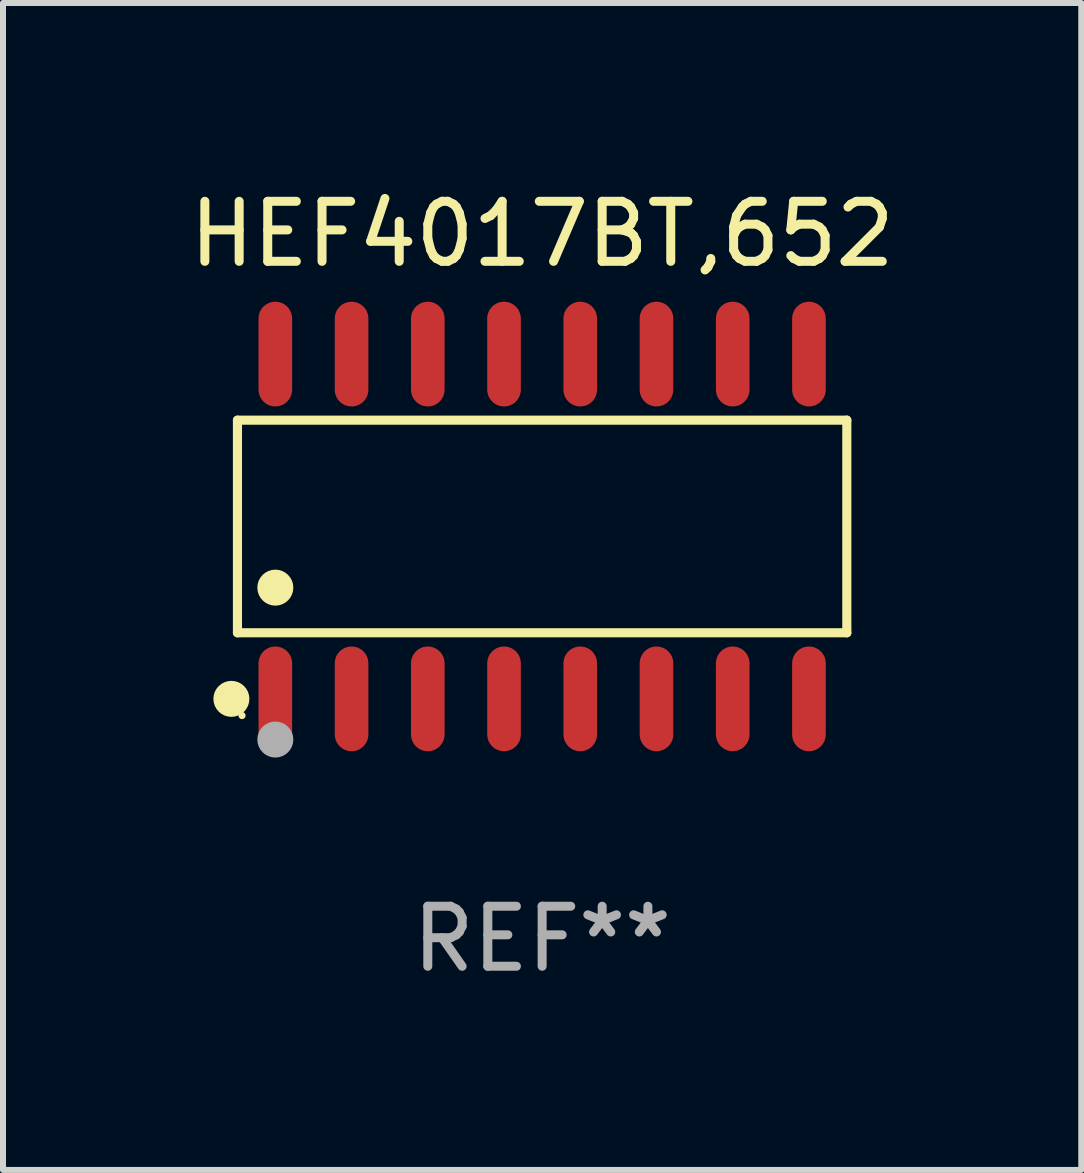
<source format=kicad_pcb>
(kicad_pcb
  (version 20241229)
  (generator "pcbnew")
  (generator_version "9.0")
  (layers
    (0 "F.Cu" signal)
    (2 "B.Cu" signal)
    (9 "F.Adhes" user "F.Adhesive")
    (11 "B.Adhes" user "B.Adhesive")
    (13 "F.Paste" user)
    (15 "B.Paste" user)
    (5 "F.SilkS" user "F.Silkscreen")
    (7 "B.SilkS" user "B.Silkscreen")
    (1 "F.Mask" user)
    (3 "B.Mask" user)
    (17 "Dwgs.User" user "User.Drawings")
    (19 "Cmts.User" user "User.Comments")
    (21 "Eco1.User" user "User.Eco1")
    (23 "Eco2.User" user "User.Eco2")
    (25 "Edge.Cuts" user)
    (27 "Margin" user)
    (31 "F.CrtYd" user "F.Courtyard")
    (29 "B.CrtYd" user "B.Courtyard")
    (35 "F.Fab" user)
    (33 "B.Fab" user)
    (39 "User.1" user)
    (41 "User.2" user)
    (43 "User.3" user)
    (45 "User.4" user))
  (footprint "HEF4017BT,652"
    (layer "F.Cu")
    (at 5.982 5.721)
    (property "Reference" "HEF4017BT,652" (at 0 -4.872 0) (layer "F.SilkS") (effects (font (size 1 1) (thickness 0.15))))
    (attr through_hole)
    (fp_line (start -5.076 -1.771) (end 5.076 -1.771) (stroke (width 0.152) (type solid)) (layer "F.SilkS"))
    (fp_line (start -5.076 1.771) (end -5.076 -1.771) (stroke (width 0.152) (type solid)) (layer "F.SilkS"))
    (fp_line (start 5.076 -1.771) (end 5.076 1.771) (stroke (width 0.152) (type solid)) (layer "F.SilkS"))
    (fp_line (start 5.076 1.771) (end -5.076 1.771) (stroke (width 0.152) (type solid)) (layer "F.SilkS"))
    (fp_circle (center -5.177 2.872) (end -5.027 2.872) (stroke (width 0.3) (type solid)) (fill no) (layer "F.SilkS"))
    (fp_circle (center -5 3.15) (end -4.97 3.15) (stroke (width 0.06) (type solid)) (fill no) (layer "F.SilkS"))
    (fp_circle (center -4.445 1.019) (end -4.295 1.019) (stroke (width 0.3) (type solid)) (fill no) (layer "F.SilkS"))
    (fp_circle (center -4.445 3.55) (end -4.295 3.55) (stroke (width 0.3) (type solid)) (fill no) (layer "F.Fab"))
    (fp_text user "REF**" (at 0 6.872 0) (layer "F.Fab") (effects (font (size 1 1) (thickness 0.15))))
    (pad "1" smd oval (at -4.445 2.872) (size 0.56 1.745) (layers "F.Cu" "F.Mask" "F.Paste"))
    (pad "2" smd oval (at -3.175 2.872) (size 0.56 1.745) (layers "F.Cu" "F.Mask" "F.Paste"))
    (pad "3" smd oval (at -1.905 2.872) (size 0.56 1.745) (layers "F.Cu" "F.Mask" "F.Paste"))
    (pad "4" smd oval (at -0.635 2.872) (size 0.56 1.745) (layers "F.Cu" "F.Mask" "F.Paste"))
    (pad "5" smd oval (at 0.635 2.872) (size 0.56 1.745) (layers "F.Cu" "F.Mask" "F.Paste"))
    (pad "6" smd oval (at 1.905 2.872) (size 0.56 1.745) (layers "F.Cu" "F.Mask" "F.Paste"))
    (pad "7" smd oval (at 3.175 2.872) (size 0.56 1.745) (layers "F.Cu" "F.Mask" "F.Paste"))
    (pad "8" smd oval (at 4.445 2.872) (size 0.56 1.745) (layers "F.Cu" "F.Mask" "F.Paste"))
    (pad "9" smd oval (at 4.445 -2.872) (size 0.56 1.745) (layers "F.Cu" "F.Mask" "F.Paste"))
    (pad "10" smd oval (at 3.175 -2.872) (size 0.56 1.745) (layers "F.Cu" "F.Mask" "F.Paste"))
    (pad "11" smd oval (at 1.905 -2.872) (size 0.56 1.745) (layers "F.Cu" "F.Mask" "F.Paste"))
    (pad "12" smd oval (at 0.635 -2.872) (size 0.56 1.745) (layers "F.Cu" "F.Mask" "F.Paste"))
    (pad "13" smd oval (at -0.635 -2.872) (size 0.56 1.745) (layers "F.Cu" "F.Mask" "F.Paste"))
    (pad "14" smd oval (at -1.905 -2.872) (size 0.56 1.745) (layers "F.Cu" "F.Mask" "F.Paste"))
    (pad "15" smd oval (at -3.175 -2.872) (size 0.56 1.745) (layers "F.Cu" "F.Mask" "F.Paste"))
    (pad "16" smd oval (at -4.445 -2.872) (size 0.56 1.745) (layers "F.Cu" "F.Mask" "F.Paste")))
  (gr_rect
    (start -3 -3)
    (end 14.964 16.441)
    (stroke (width 0.1) (type default))
    (fill no)
    (layer "Edge.Cuts")))
</source>
